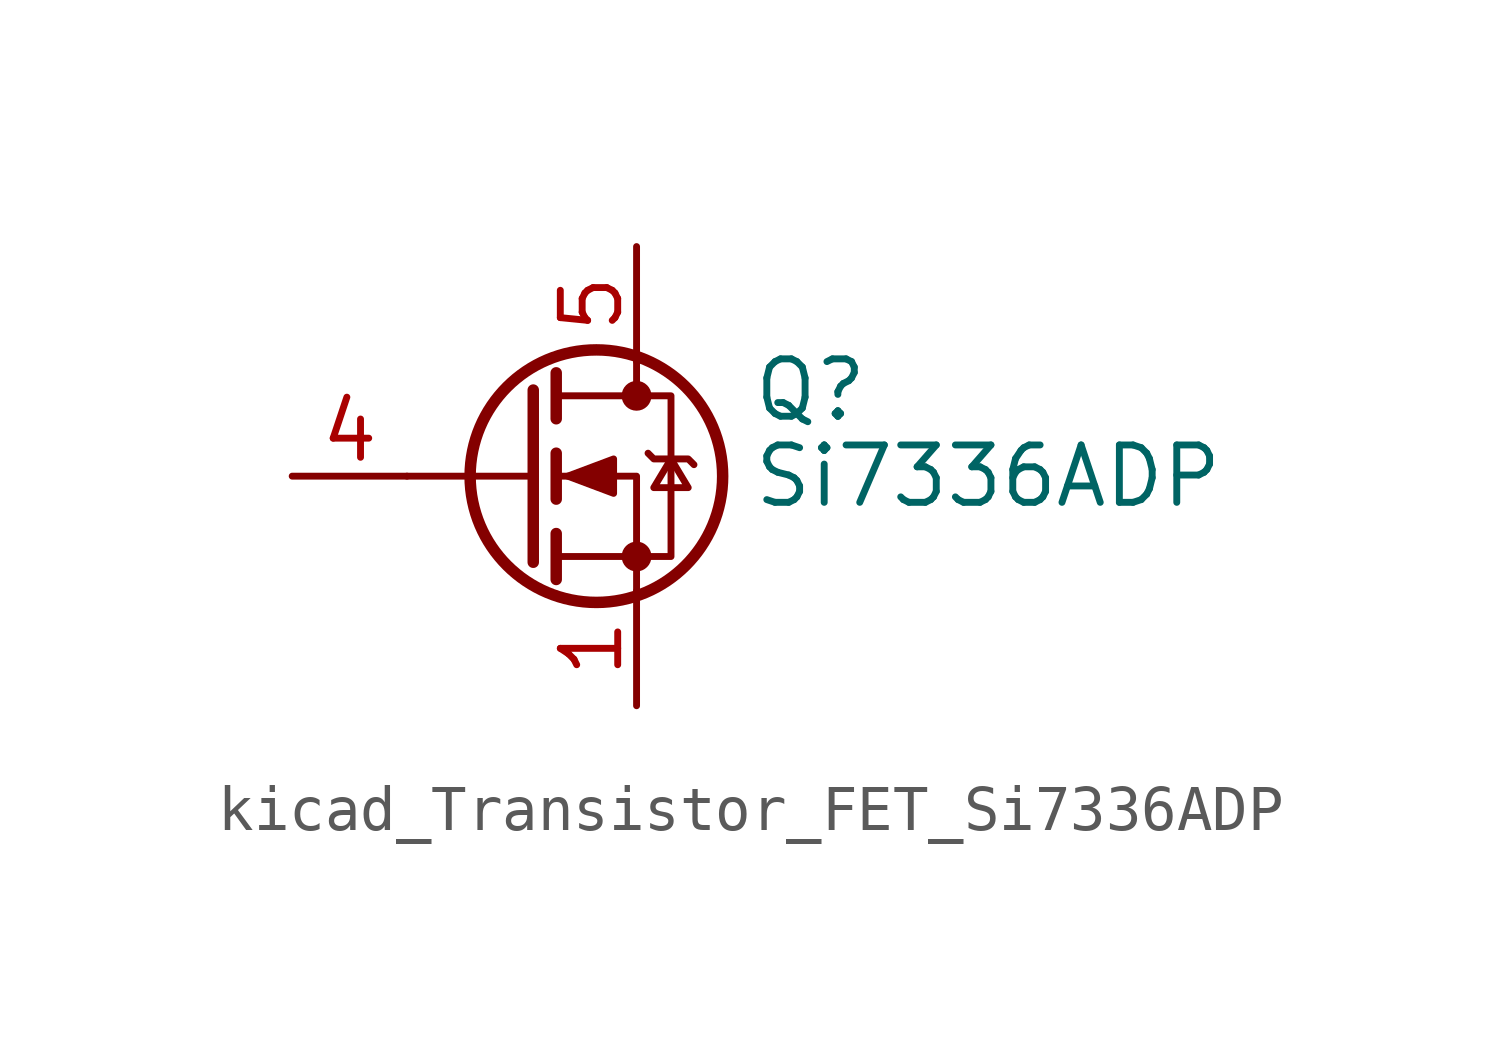
<source format=kicad_sym>
(kicad_symbol_lib
  (version 20220914)
  (generator kicad_symbol_editor)
  (symbol "kicad_Transistor_FET_Si7336ADP"
    (pin_names hide)
    (property "Reference" "Q"
      (at 5.08 1.905 0)
      (effects (font (size 1.27 1.27)) (justify left)))
    (property "Value" "Si7336ADP"
      (at 5.08 0 0)
      (effects (font (size 1.27 1.27)) (justify left)))
    (symbol "kicad_Transistor_FET_Si7336ADP_0_1"
      (polyline (pts (xy 0.254 0) (xy -2.54 0)) (stroke (width 0) (type default)) (fill (type none)))
      (polyline (pts (xy 0.254 1.905) (xy 0.254 -1.905)) (stroke (width 0.254) (type default)) (fill (type none)))
      (polyline (pts (xy 0.762 -1.27) (xy 0.762 -2.286)) (stroke (width 0.254) (type default)) (fill (type none)))
      (polyline (pts (xy 0.762 0.508) (xy 0.762 -0.508)) (stroke (width 0.254) (type default)) (fill (type none)))
      (polyline (pts (xy 0.762 2.286) (xy 0.762 1.27)) (stroke (width 0.254) (type default)) (fill (type none)))
      (polyline (pts (xy 2.54 2.54) (xy 2.54 1.778)) (stroke (width 0) (type default)) (fill (type none)))
      (polyline (pts (xy 2.54 -2.54) (xy 2.54 0) (xy 0.762 0)) (stroke (width 0) (type default)) (fill (type none)))
      (polyline (pts (xy 0.762 -1.778) (xy 3.302 -1.778) (xy 3.302 1.778) (xy 0.762 1.778)) (stroke (width 0) (type default)) (fill (type none)))
      (polyline (pts (xy 1.016 0) (xy 2.032 0.381) (xy 2.032 -0.381) (xy 1.016 0)) (stroke (width 0) (type default)) (fill (type outline)))
      (polyline (pts (xy 2.794 0.508) (xy 2.921 0.381) (xy 3.683 0.381) (xy 3.81 0.254)) (stroke (width 0) (type default)) (fill (type none)))
      (polyline (pts (xy 3.302 0.381) (xy 2.921 -0.254) (xy 3.683 -0.254) (xy 3.302 0.381)) (stroke (width 0) (type default)) (fill (type none)))
      (circle (center 1.651 0) (radius 2.794) (stroke (width 0.254) (type default)) (fill (type none)))
      (circle (center 2.54 -1.778) (radius 0.254) (stroke (width 0) (type default)) (fill (type outline)))
      (circle (center 2.54 1.778) (radius 0.254) (stroke (width 0) (type default)) (fill (type outline))))
    (symbol "kicad_Transistor_FET_Si7336ADP_1_1"
      (pin passive line (at 2.54 -5.08 90) (length 2.54) (name "S" (effects (font (size 1.27 1.27)))) (number "1" (effects (font (size 1.27 1.27)))))
      (pin passive line (at 2.54 -5.08 90) (length 2.54) hide (name "S" (effects (font (size 1.27 1.27)))) (number "2" (effects (font (size 1.27 1.27)))))
      (pin passive line (at 2.54 -5.08 90) (length 2.54) hide (name "S" (effects (font (size 1.27 1.27)))) (number "3" (effects (font (size 1.27 1.27)))))
      (pin input line (at -5.08 0 0) (length 2.54) (name "G" (effects (font (size 1.27 1.27)))) (number "4" (effects (font (size 1.27 1.27)))))
      (pin passive line (at 2.54 5.08 270) (length 2.54) (name "D" (effects (font (size 1.27 1.27)))) (number "5" (effects (font (size 1.27 1.27))))))))
</source>
